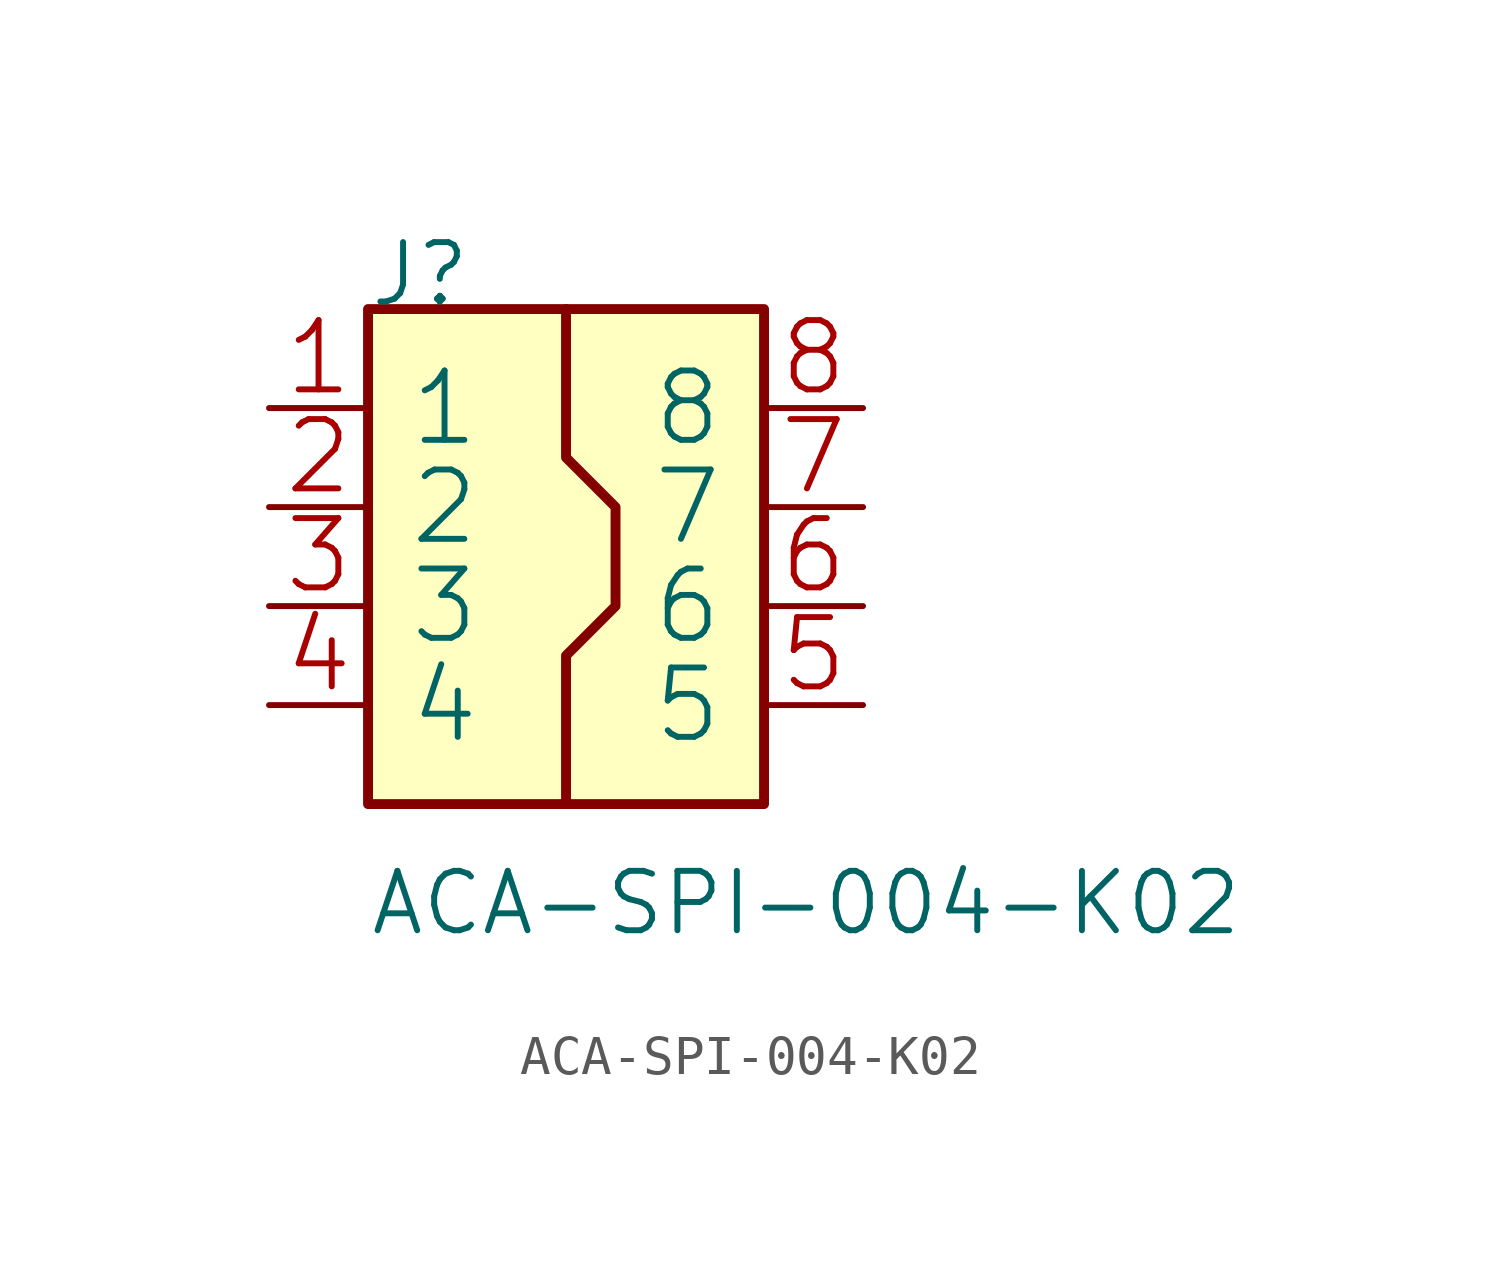
<source format=kicad_sym>
(kicad_symbol_lib
  (version 20220914)
  (generator kicad_symbol_editor)
  (symbol "ACA-SPI-004-K02"
    (pin_names
      (offset 1.016))
    (property "Reference" "J"
      (at 0 0 0)
      (effects (font (size 1.524 1.524)) (justify left bottom)))
    (property "Value" "ACA-SPI-004-K02"
      (at 0 -15.24 0)
      (effects (font (size 1.524 1.524)) (justify left)))
    (symbol "ACA-SPI-004-K02_0_1"
      (polyline (pts (xy 5.08 0) (xy 5.08 -3.81) (xy 6.35 -5.08) (xy 6.35 -7.62) (xy 5.08 -8.89) (xy 5.08 -12.7)) (stroke (width 0.254) (type default)) (fill (type none)))
      (rectangle (start 0 0) (end 10.16 -12.7) (stroke (width 0.254) (type solid)) (fill (type background)))
      (pin passive line (at -2.54 -2.54 0) (length 2.54) (name "1" (effects (font (size 1.778 1.778)))) (number "1" (effects (font (size 1.778 1.778)))))
      (pin passive line (at -2.54 -5.08 0) (length 2.54) (name "2" (effects (font (size 1.778 1.778)))) (number "2" (effects (font (size 1.778 1.778)))))
      (pin passive line (at -2.54 -7.62 0) (length 2.54) (name "3" (effects (font (size 1.778 1.778)))) (number "3" (effects (font (size 1.778 1.778)))))
      (pin passive line (at -2.54 -10.16 0) (length 2.54) (name "4" (effects (font (size 1.778 1.778)))) (number "4" (effects (font (size 1.778 1.778)))))
      (pin passive line (at 12.7 -10.16 180) (length 2.54) (name "5" (effects (font (size 1.778 1.778)))) (number "5" (effects (font (size 1.778 1.778)))))
      (pin passive line (at 12.7 -7.62 180) (length 2.54) (name "6" (effects (font (size 1.778 1.778)))) (number "6" (effects (font (size 1.778 1.778)))))
      (pin passive line (at 12.7 -5.08 180) (length 2.54) (name "7" (effects (font (size 1.778 1.778)))) (number "7" (effects (font (size 1.778 1.778)))))
      (pin passive line (at 12.7 -2.54 180) (length 2.54) (name "8" (effects (font (size 1.778 1.778)))) (number "8" (effects (font (size 1.778 1.778))))))))
</source>
